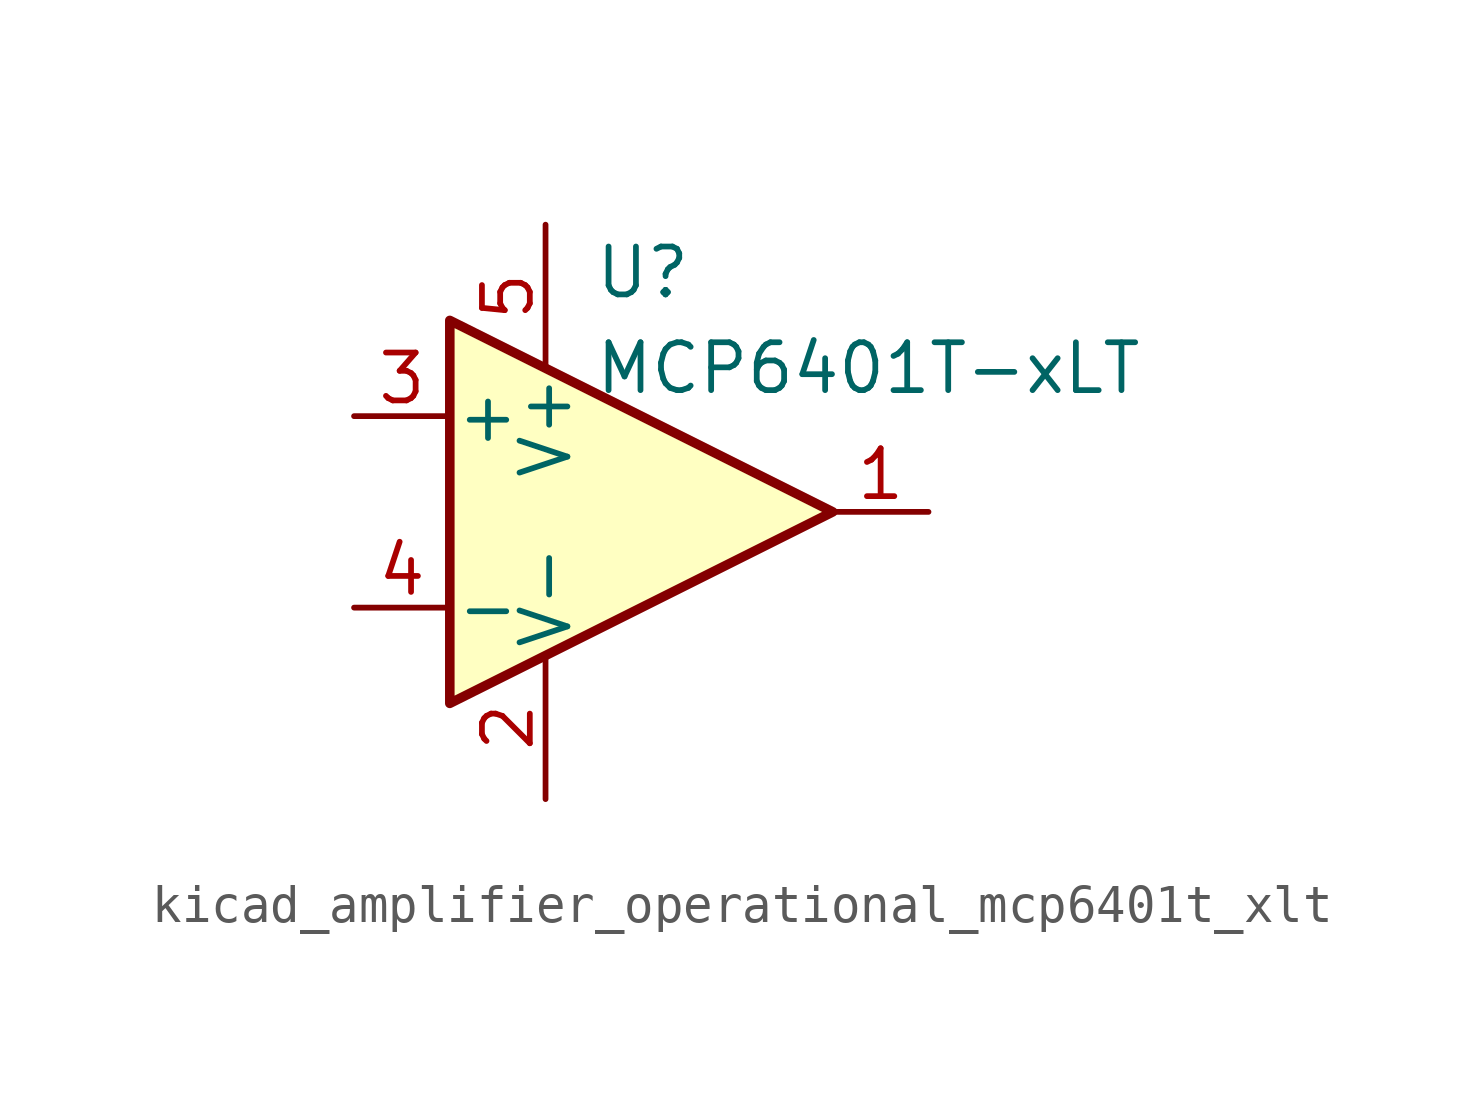
<source format=kicad_sym>
(kicad_symbol_lib
  (version 20220914)
  (generator kicad_symbol_editor)
  (symbol "kicad_amplifier_operational_mcp6401t_xlt"
    (pin_names
      (offset 0.127))
    (property "Reference" "U"
      (at -1.27 6.35 0)
      (effects (font (size 1.27 1.27)) (justify left)))
    (property "Value" "MCP6401T-xLT"
      (at -1.27 3.81 0)
      (effects (font (size 1.27 1.27)) (justify left)))
    (symbol "kicad_amplifier_operational_mcp6401t_xlt_0_1"
      (polyline (pts (xy -5.08 5.08) (xy 5.08 0) (xy -5.08 -5.08) (xy -5.08 5.08)) (stroke (width 0.254) (type default)) (fill (type background)))
      (pin power_in line (at -2.54 -7.62 90) (length 3.81) (name "V-" (effects (font (size 1.27 1.27)))) (number "2" (effects (font (size 1.27 1.27)))))
      (pin power_in line (at -2.54 7.62 270) (length 3.81) (name "V+" (effects (font (size 1.27 1.27)))) (number "5" (effects (font (size 1.27 1.27))))))
    (symbol "kicad_amplifier_operational_mcp6401t_xlt_1_1"
      (pin output line (at 7.62 0 180) (length 2.54) (name "~" (effects (font (size 1.27 1.27)))) (number "1" (effects (font (size 1.27 1.27)))))
      (pin input line (at -7.62 2.54 0) (length 2.54) (name "+" (effects (font (size 1.27 1.27)))) (number "3" (effects (font (size 1.27 1.27)))))
      (pin input line (at -7.62 -2.54 0) (length 2.54) (name "-" (effects (font (size 1.27 1.27)))) (number "4" (effects (font (size 1.27 1.27))))))))
</source>
